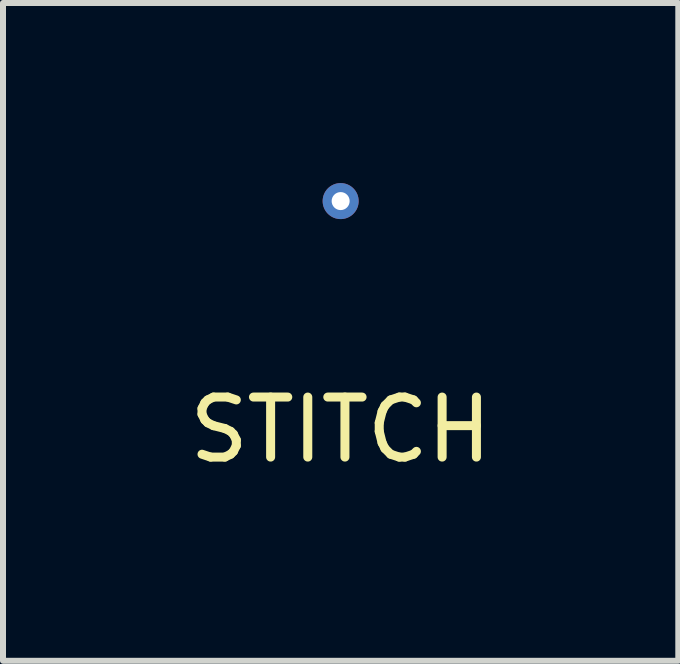
<source format=kicad_pcb>
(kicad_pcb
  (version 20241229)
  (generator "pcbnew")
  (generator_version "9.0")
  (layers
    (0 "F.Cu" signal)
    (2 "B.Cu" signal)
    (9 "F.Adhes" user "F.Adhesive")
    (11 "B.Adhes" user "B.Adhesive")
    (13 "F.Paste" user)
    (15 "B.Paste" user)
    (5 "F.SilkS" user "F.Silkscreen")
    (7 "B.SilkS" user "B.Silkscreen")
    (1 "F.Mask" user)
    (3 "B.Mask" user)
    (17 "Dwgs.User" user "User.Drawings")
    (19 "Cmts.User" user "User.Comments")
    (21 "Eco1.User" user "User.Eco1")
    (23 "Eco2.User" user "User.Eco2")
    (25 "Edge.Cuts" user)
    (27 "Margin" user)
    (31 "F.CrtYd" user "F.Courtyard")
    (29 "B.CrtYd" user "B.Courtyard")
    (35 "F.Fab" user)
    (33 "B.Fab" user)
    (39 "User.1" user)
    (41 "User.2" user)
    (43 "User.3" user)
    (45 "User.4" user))
  (footprint "STITCH"
    (layer "F.Cu")
    (at 2.625 0.3)
    (property "Reference" "STITCH" (at 0 3.81 0) (layer "F.SilkS") (effects (font (size 1 1) (thickness 0.15))))
    (attr through_hole)
    (pad "1" thru_hole circle (at 0 0) (size 0.6 0.6) (drill 0.3) (layers "*.Cu")))
  (gr_rect
    (start -3 -3)
    (end 8.25 7.958)
    (stroke (width 0.1) (type default))
    (fill no)
    (layer "Edge.Cuts")))
</source>
